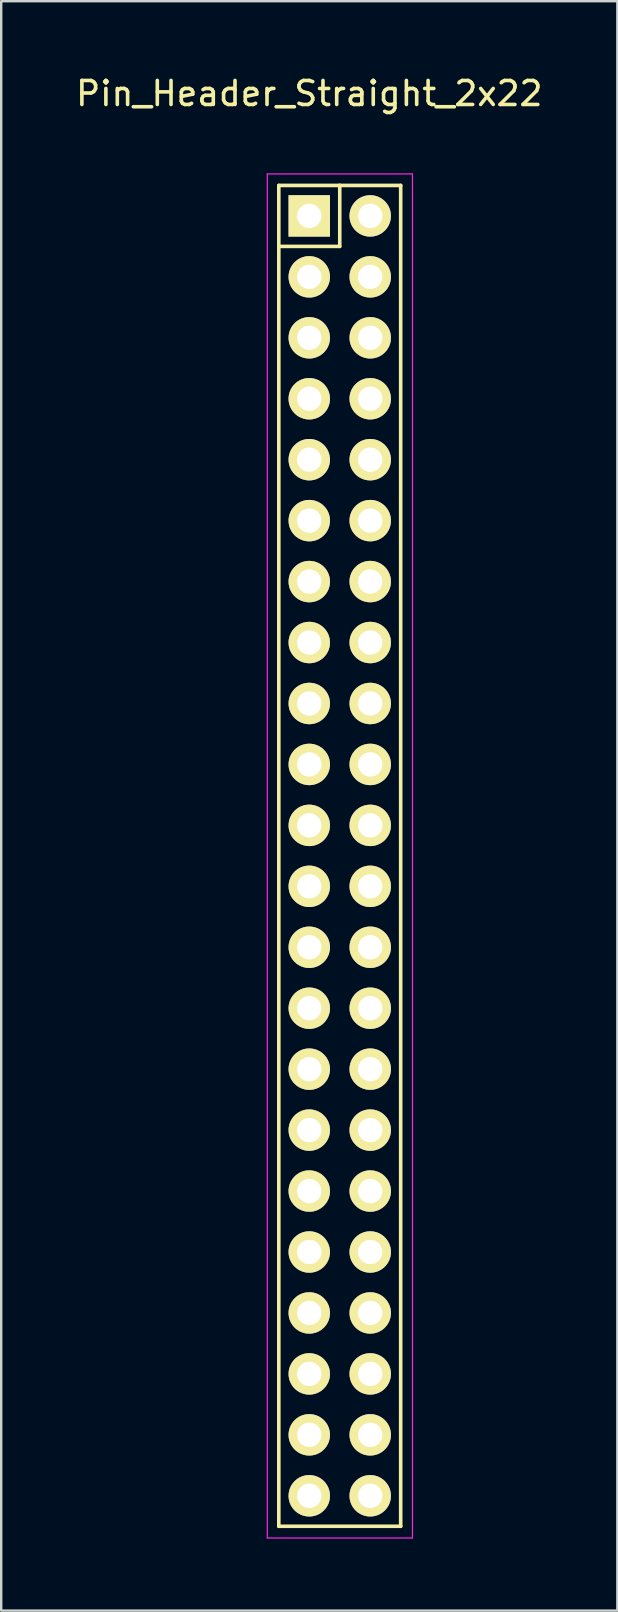
<source format=kicad_pcb>
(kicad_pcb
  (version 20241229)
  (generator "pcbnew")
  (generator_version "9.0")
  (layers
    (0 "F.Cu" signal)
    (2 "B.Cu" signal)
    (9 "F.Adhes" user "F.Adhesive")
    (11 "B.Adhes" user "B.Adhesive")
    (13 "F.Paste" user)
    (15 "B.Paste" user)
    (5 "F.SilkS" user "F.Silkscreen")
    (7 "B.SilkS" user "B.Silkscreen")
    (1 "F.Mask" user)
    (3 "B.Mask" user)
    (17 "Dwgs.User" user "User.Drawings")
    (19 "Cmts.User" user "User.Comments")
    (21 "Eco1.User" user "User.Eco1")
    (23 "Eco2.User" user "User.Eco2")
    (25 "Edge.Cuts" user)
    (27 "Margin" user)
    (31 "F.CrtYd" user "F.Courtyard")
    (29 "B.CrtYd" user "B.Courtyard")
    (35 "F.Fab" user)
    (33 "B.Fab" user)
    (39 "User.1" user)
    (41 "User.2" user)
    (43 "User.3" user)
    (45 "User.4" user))
  (footprint "Pin_Header_Straight_2x22"
    (layer "F.Cu")
    (at 9.839 5.948)
    (property "Reference" "Pin_Header_Straight_2x22" (at 0 -5.1 0) (layer "F.SilkS") (effects (font (size 1 1) (thickness 0.15))))
    (attr through_hole)
    (fp_line (start -1.27 -1.27) (end -1.27 1.27) (stroke (width 0.15) (type solid)) (layer "F.SilkS"))
    (fp_line (start -1.27 -1.27) (end 1.27 -1.27) (stroke (width 0.15) (type solid)) (layer "F.SilkS"))
    (fp_line (start -1.27 1.27) (end -1.27 54.61) (stroke (width 0.15) (type solid)) (layer "F.SilkS"))
    (fp_line (start 1.27 -1.27) (end 1.27 1.27) (stroke (width 0.15) (type solid)) (layer "F.SilkS"))
    (fp_line (start 1.27 1.27) (end -1.27 1.27) (stroke (width 0.15) (type solid)) (layer "F.SilkS"))
    (fp_line (start 3.81 -1.27) (end 1.27 -1.27) (stroke (width 0.15) (type solid)) (layer "F.SilkS"))
    (fp_line (start 3.81 54.61) (end -1.27 54.61) (stroke (width 0.15) (type solid)) (layer "F.SilkS"))
    (fp_line (start 3.81 54.61) (end 3.81 -1.27) (stroke (width 0.15) (type solid)) (layer "F.SilkS"))
    (fp_line (start -1.75 -1.75) (end -1.75 55.1) (stroke (width 0.05) (type solid)) (layer "F.CrtYd"))
    (fp_line (start -1.75 -1.75) (end 4.3 -1.75) (stroke (width 0.05) (type solid)) (layer "F.CrtYd"))
    (fp_line (start -1.75 55.1) (end 4.3 55.1) (stroke (width 0.05) (type solid)) (layer "F.CrtYd"))
    (fp_line (start 4.3 -1.75) (end 4.3 55.1) (stroke (width 0.05) (type solid)) (layer "F.CrtYd"))
    (pad "1" thru_hole rect (at 0 0) (size 1.727 1.727) (drill 1.016) (layers "*.Cu" "*.Mask" "F.SilkS"))
    (pad "2" thru_hole oval (at 2.54 0) (size 1.727 1.727) (drill 1.016) (layers "*.Cu" "*.Mask" "F.SilkS"))
    (pad "3" thru_hole oval (at 0 2.54) (size 1.727 1.727) (drill 1.016) (layers "*.Cu" "*.Mask" "F.SilkS"))
    (pad "4" thru_hole oval (at 2.54 2.54) (size 1.727 1.727) (drill 1.016) (layers "*.Cu" "*.Mask" "F.SilkS"))
    (pad "5" thru_hole oval (at 0 5.08) (size 1.727 1.727) (drill 1.016) (layers "*.Cu" "*.Mask" "F.SilkS"))
    (pad "6" thru_hole oval (at 2.54 5.08) (size 1.727 1.727) (drill 1.016) (layers "*.Cu" "*.Mask" "F.SilkS"))
    (pad "7" thru_hole oval (at 0 7.62) (size 1.727 1.727) (drill 1.016) (layers "*.Cu" "*.Mask" "F.SilkS"))
    (pad "8" thru_hole oval (at 2.54 7.62) (size 1.727 1.727) (drill 1.016) (layers "*.Cu" "*.Mask" "F.SilkS"))
    (pad "9" thru_hole oval (at 0 10.16) (size 1.727 1.727) (drill 1.016) (layers "*.Cu" "*.Mask" "F.SilkS"))
    (pad "10" thru_hole oval (at 2.54 10.16) (size 1.727 1.727) (drill 1.016) (layers "*.Cu" "*.Mask" "F.SilkS"))
    (pad "11" thru_hole oval (at 0 12.7) (size 1.727 1.727) (drill 1.016) (layers "*.Cu" "*.Mask" "F.SilkS"))
    (pad "12" thru_hole oval (at 2.54 12.7) (size 1.727 1.727) (drill 1.016) (layers "*.Cu" "*.Mask" "F.SilkS"))
    (pad "13" thru_hole oval (at 0 15.24) (size 1.727 1.727) (drill 1.016) (layers "*.Cu" "*.Mask" "F.SilkS"))
    (pad "14" thru_hole oval (at 2.54 15.24) (size 1.727 1.727) (drill 1.016) (layers "*.Cu" "*.Mask" "F.SilkS"))
    (pad "15" thru_hole oval (at 0 17.78) (size 1.727 1.727) (drill 1.016) (layers "*.Cu" "*.Mask" "F.SilkS"))
    (pad "16" thru_hole oval (at 2.54 17.78) (size 1.727 1.727) (drill 1.016) (layers "*.Cu" "*.Mask" "F.SilkS"))
    (pad "17" thru_hole oval (at 0 20.32) (size 1.727 1.727) (drill 1.016) (layers "*.Cu" "*.Mask" "F.SilkS"))
    (pad "18" thru_hole oval (at 2.54 20.32) (size 1.727 1.727) (drill 1.016) (layers "*.Cu" "*.Mask" "F.SilkS"))
    (pad "19" thru_hole oval (at 0 22.86) (size 1.727 1.727) (drill 1.016) (layers "*.Cu" "*.Mask" "F.SilkS"))
    (pad "20" thru_hole oval (at 2.54 22.86) (size 1.727 1.727) (drill 1.016) (layers "*.Cu" "*.Mask" "F.SilkS"))
    (pad "21" thru_hole oval (at 0 25.4) (size 1.727 1.727) (drill 1.016) (layers "*.Cu" "*.Mask" "F.SilkS"))
    (pad "22" thru_hole oval (at 2.54 25.4) (size 1.727 1.727) (drill 1.016) (layers "*.Cu" "*.Mask" "F.SilkS"))
    (pad "23" thru_hole oval (at 0 27.94) (size 1.727 1.727) (drill 1.016) (layers "*.Cu" "*.Mask" "F.SilkS"))
    (pad "24" thru_hole oval (at 2.54 27.94) (size 1.727 1.727) (drill 1.016) (layers "*.Cu" "*.Mask" "F.SilkS"))
    (pad "25" thru_hole oval (at 0 30.48) (size 1.727 1.727) (drill 1.016) (layers "*.Cu" "*.Mask" "F.SilkS"))
    (pad "26" thru_hole oval (at 2.54 30.48) (size 1.727 1.727) (drill 1.016) (layers "*.Cu" "*.Mask" "F.SilkS"))
    (pad "27" thru_hole oval (at 0 33.02) (size 1.727 1.727) (drill 1.016) (layers "*.Cu" "*.Mask" "F.SilkS"))
    (pad "28" thru_hole oval (at 2.54 33.02) (size 1.727 1.727) (drill 1.016) (layers "*.Cu" "*.Mask" "F.SilkS"))
    (pad "29" thru_hole oval (at 0 35.56) (size 1.727 1.727) (drill 1.016) (layers "*.Cu" "*.Mask" "F.SilkS"))
    (pad "30" thru_hole oval (at 2.54 35.56) (size 1.727 1.727) (drill 1.016) (layers "*.Cu" "*.Mask" "F.SilkS"))
    (pad "31" thru_hole oval (at 0 38.1) (size 1.727 1.727) (drill 1.016) (layers "*.Cu" "*.Mask" "F.SilkS"))
    (pad "32" thru_hole oval (at 2.54 38.1) (size 1.727 1.727) (drill 1.016) (layers "*.Cu" "*.Mask" "F.SilkS"))
    (pad "33" thru_hole oval (at 0 40.64) (size 1.727 1.727) (drill 1.016) (layers "*.Cu" "*.Mask" "F.SilkS"))
    (pad "34" thru_hole oval (at 2.54 40.64) (size 1.727 1.727) (drill 1.016) (layers "*.Cu" "*.Mask" "F.SilkS"))
    (pad "35" thru_hole oval (at 0 43.18) (size 1.727 1.727) (drill 1.016) (layers "*.Cu" "*.Mask" "F.SilkS"))
    (pad "36" thru_hole oval (at 2.54 43.18) (size 1.727 1.727) (drill 1.016) (layers "*.Cu" "*.Mask" "F.SilkS"))
    (pad "37" thru_hole oval (at 0 45.72) (size 1.727 1.727) (drill 1.016) (layers "*.Cu" "*.Mask" "F.SilkS"))
    (pad "38" thru_hole oval (at 2.54 45.72) (size 1.727 1.727) (drill 1.016) (layers "*.Cu" "*.Mask" "F.SilkS"))
    (pad "39" thru_hole oval (at 0 48.26) (size 1.727 1.727) (drill 1.016) (layers "*.Cu" "*.Mask" "F.SilkS"))
    (pad "40" thru_hole oval (at 2.54 48.26) (size 1.727 1.727) (drill 1.016) (layers "*.Cu" "*.Mask" "F.SilkS"))
    (pad "41" thru_hole oval (at 0 50.8) (size 1.727 1.727) (drill 1.016) (layers "*.Cu" "*.Mask" "F.SilkS"))
    (pad "42" thru_hole oval (at 2.54 50.8) (size 1.727 1.727) (drill 1.016) (layers "*.Cu" "*.Mask" "F.SilkS"))
    (pad "43" thru_hole oval (at 0 53.34) (size 1.727 1.727) (drill 1.016) (layers "*.Cu" "*.Mask" "F.SilkS"))
    (pad "44" thru_hole oval (at 2.54 53.34) (size 1.727 1.727) (drill 1.016) (layers "*.Cu" "*.Mask" "F.SilkS")))
  (gr_rect
    (start -3 -3)
    (end 22.679 64.073)
    (stroke (width 0.1) (type default))
    (fill no)
    (layer "Edge.Cuts")))
</source>
